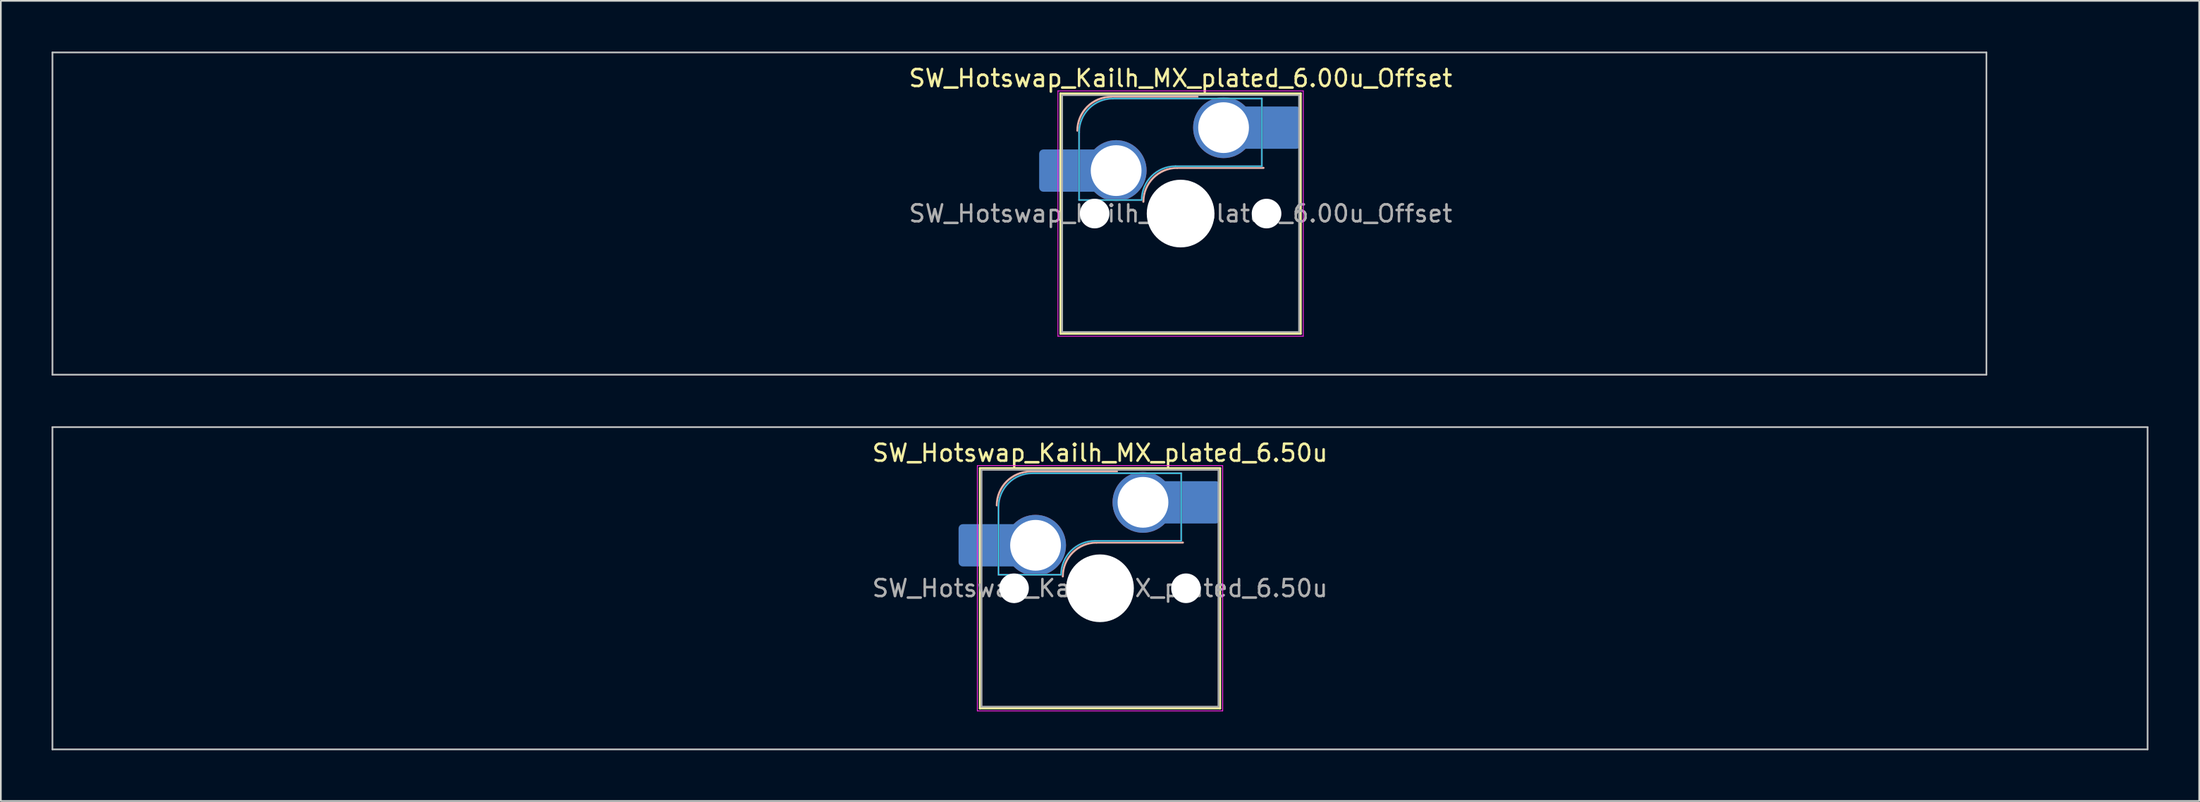
<source format=kicad_pcb>
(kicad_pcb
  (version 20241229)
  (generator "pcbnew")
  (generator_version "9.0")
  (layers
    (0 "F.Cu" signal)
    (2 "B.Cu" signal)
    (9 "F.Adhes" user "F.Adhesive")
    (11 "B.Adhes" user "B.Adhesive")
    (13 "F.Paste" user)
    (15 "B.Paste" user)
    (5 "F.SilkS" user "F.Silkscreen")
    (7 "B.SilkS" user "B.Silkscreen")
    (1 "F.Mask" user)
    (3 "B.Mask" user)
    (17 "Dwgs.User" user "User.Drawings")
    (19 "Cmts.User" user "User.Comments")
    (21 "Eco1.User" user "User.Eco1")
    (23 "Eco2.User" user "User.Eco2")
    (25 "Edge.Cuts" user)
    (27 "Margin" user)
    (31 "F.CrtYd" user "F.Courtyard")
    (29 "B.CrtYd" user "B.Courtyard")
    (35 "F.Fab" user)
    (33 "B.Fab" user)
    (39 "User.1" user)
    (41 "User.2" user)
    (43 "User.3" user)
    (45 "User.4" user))
  (footprint "SW_Hotswap_Kailh_MX_plated_6.50u"
    (layer "F.Cu")
    (at 61.962 31.725)
    (property "Reference" "SW_Hotswap_Kailh_MX_plated_6.50u" (at 0 -8 0) (layer "F.SilkS") (effects (font (size 1 1) (thickness 0.15))))
    (attr smd)
    (fp_line (start -7.1 -7.1) (end -7.1 7.1) (stroke (width 0.12) (type solid)) (layer "F.SilkS"))
    (fp_line (start -7.1 7.1) (end 7.1 7.1) (stroke (width 0.12) (type solid)) (layer "F.SilkS"))
    (fp_line (start 7.1 -7.1) (end -7.1 -7.1) (stroke (width 0.12) (type solid)) (layer "F.SilkS"))
    (fp_line (start 7.1 7.1) (end 7.1 -7.1) (stroke (width 0.12) (type solid)) (layer "F.SilkS"))
    (fp_line (start -4.1 -6.9) (end 1 -6.9) (stroke (width 0.12) (type solid)) (layer "B.SilkS"))
    (fp_line (start -0.2 -2.7) (end 4.9 -2.7) (stroke (width 0.12) (type solid)) (layer "B.SilkS"))
    (fp_arc (start -6.1 -4.9) (mid -5.514214 -6.314214) (end -4.1 -6.9) (stroke (width 0.12) (type solid)) (layer "B.SilkS"))
    (fp_arc (start -2.2 -0.7) (mid -1.614214 -2.114214) (end -0.2 -2.7) (stroke (width 0.12) (type solid)) (layer "B.SilkS"))
    (fp_line (start -61.913 -9.525) (end -61.913 9.525) (stroke (width 0.1) (type solid)) (layer "Dwgs.User"))
    (fp_line (start -61.913 9.525) (end 61.913 9.525) (stroke (width 0.1) (type solid)) (layer "Dwgs.User"))
    (fp_line (start 61.913 -9.525) (end -61.913 -9.525) (stroke (width 0.1) (type solid)) (layer "Dwgs.User"))
    (fp_line (start 61.913 9.525) (end 61.913 -9.525) (stroke (width 0.1) (type solid)) (layer "Dwgs.User"))
    (fp_line (start -7.8 -6) (end -7 -6) (stroke (width 0.1) (type solid)) (layer "Eco1.User"))
    (fp_line (start -7.8 -2.9) (end -7.8 -6) (stroke (width 0.1) (type solid)) (layer "Eco1.User"))
    (fp_line (start -7.8 2.9) (end -7 2.9) (stroke (width 0.1) (type solid)) (layer "Eco1.User"))
    (fp_line (start -7.8 6) (end -7.8 2.9) (stroke (width 0.1) (type solid)) (layer "Eco1.User"))
    (fp_line (start -7 -7) (end 7 -7) (stroke (width 0.1) (type solid)) (layer "Eco1.User"))
    (fp_line (start -7 -6) (end -7 -7) (stroke (width 0.1) (type solid)) (layer "Eco1.User"))
    (fp_line (start -7 -2.9) (end -7.8 -2.9) (stroke (width 0.1) (type solid)) (layer "Eco1.User"))
    (fp_line (start -7 2.9) (end -7 -2.9) (stroke (width 0.1) (type solid)) (layer "Eco1.User"))
    (fp_line (start -7 6) (end -7.8 6) (stroke (width 0.1) (type solid)) (layer "Eco1.User"))
    (fp_line (start -7 7) (end -7 6) (stroke (width 0.1) (type solid)) (layer "Eco1.User"))
    (fp_line (start 7 -7) (end 7 -6) (stroke (width 0.1) (type solid)) (layer "Eco1.User"))
    (fp_line (start 7 -6) (end 7.8 -6) (stroke (width 0.1) (type solid)) (layer "Eco1.User"))
    (fp_line (start 7 -2.9) (end 7 2.9) (stroke (width 0.1) (type solid)) (layer "Eco1.User"))
    (fp_line (start 7 2.9) (end 7.8 2.9) (stroke (width 0.1) (type solid)) (layer "Eco1.User"))
    (fp_line (start 7 6) (end 7 7) (stroke (width 0.1) (type solid)) (layer "Eco1.User"))
    (fp_line (start 7 7) (end -7 7) (stroke (width 0.1) (type solid)) (layer "Eco1.User"))
    (fp_line (start 7.8 -6) (end 7.8 -2.9) (stroke (width 0.1) (type solid)) (layer "Eco1.User"))
    (fp_line (start 7.8 -2.9) (end 7 -2.9) (stroke (width 0.1) (type solid)) (layer "Eco1.User"))
    (fp_line (start 7.8 2.9) (end 7.8 6) (stroke (width 0.1) (type solid)) (layer "Eco1.User"))
    (fp_line (start 7.8 6) (end 7 6) (stroke (width 0.1) (type solid)) (layer "Eco1.User"))
    (fp_line (start -6 -0.8) (end -6 -4.8) (stroke (width 0.05) (type solid)) (layer "B.CrtYd"))
    (fp_line (start -6 -0.8) (end -2.3 -0.8) (stroke (width 0.05) (type solid)) (layer "B.CrtYd"))
    (fp_line (start -4 -6.8) (end 4.8 -6.8) (stroke (width 0.05) (type solid)) (layer "B.CrtYd"))
    (fp_line (start -0.3 -2.8) (end 4.8 -2.8) (stroke (width 0.05) (type solid)) (layer "B.CrtYd"))
    (fp_line (start 4.8 -6.8) (end 4.8 -2.8) (stroke (width 0.05) (type solid)) (layer "B.CrtYd"))
    (fp_arc (start -6 -4.8) (mid -5.414214 -6.214214) (end -4 -6.8) (stroke (width 0.05) (type solid)) (layer "B.CrtYd"))
    (fp_arc (start -2.3 -0.8) (mid -1.714214 -2.214214) (end -0.3 -2.8) (stroke (width 0.05) (type solid)) (layer "B.CrtYd"))
    (fp_line (start -7.25 -7.25) (end -7.25 7.25) (stroke (width 0.05) (type solid)) (layer "F.CrtYd"))
    (fp_line (start -7.25 7.25) (end 7.25 7.25) (stroke (width 0.05) (type solid)) (layer "F.CrtYd"))
    (fp_line (start 7.25 -7.25) (end -7.25 -7.25) (stroke (width 0.05) (type solid)) (layer "F.CrtYd"))
    (fp_line (start 7.25 7.25) (end 7.25 -7.25) (stroke (width 0.05) (type solid)) (layer "F.CrtYd"))
    (fp_line (start -6 -0.8) (end -6 -4.8) (stroke (width 0.12) (type solid)) (layer "B.Fab"))
    (fp_line (start -6 -0.8) (end -2.3 -0.8) (stroke (width 0.12) (type solid)) (layer "B.Fab"))
    (fp_line (start -4 -6.8) (end 4.8 -6.8) (stroke (width 0.12) (type solid)) (layer "B.Fab"))
    (fp_line (start -0.3 -2.8) (end 4.8 -2.8) (stroke (width 0.12) (type solid)) (layer "B.Fab"))
    (fp_line (start 4.8 -6.8) (end 4.8 -2.8) (stroke (width 0.12) (type solid)) (layer "B.Fab"))
    (fp_arc (start -6 -4.8) (mid -5.414214 -6.214214) (end -4 -6.8) (stroke (width 0.12) (type solid)) (layer "B.Fab"))
    (fp_arc (start -2.3 -0.8) (mid -1.714214 -2.214214) (end -0.3 -2.8) (stroke (width 0.12) (type solid)) (layer "B.Fab"))
    (fp_line (start -7 -7) (end -7 7) (stroke (width 0.1) (type solid)) (layer "F.Fab"))
    (fp_line (start -7 7) (end 7 7) (stroke (width 0.1) (type solid)) (layer "F.Fab"))
    (fp_line (start 7 -7) (end -7 -7) (stroke (width 0.1) (type solid)) (layer "F.Fab"))
    (fp_line (start 7 7) (end 7 -7) (stroke (width 0.1) (type solid)) (layer "F.Fab"))
    (fp_text user "${REFERENCE}" (at 0 0 0) (layer "F.Fab") (effects (font (size 1 1) (thickness 0.15))))
    (pad "" smd roundrect (at -7.085 -2.54) (size 2.55 2.5) (layers "B.Mask" "B.Paste") (roundrect_rratio 0.1))
    (pad "" np_thru_hole circle (at -5.08 0) (size 1.75 1.75) (drill 1.75) (layers "*.Cu" "*.Mask"))
    (pad "" np_thru_hole circle (at 0 0) (size 4 4) (drill 4) (layers "*.Cu" "*.Mask"))
    (pad "" np_thru_hole circle (at 5.08 0) (size 1.75 1.75) (drill 1.75) (layers "*.Cu" "*.Mask"))
    (pad "" smd roundrect (at 5.842 -5.08) (size 2.55 2.5) (layers "B.Mask" "B.Paste") (roundrect_rratio 0.1))
    (pad "1" smd roundrect (at -6.585 -2.54) (size 3.55 2.5) (layers "B.Cu") (roundrect_rratio 0.1))
    (pad "1" thru_hole circle (at -3.81 -2.54) (size 3.6 3.6) (drill 3) (layers "*.Cu" "B.Mask"))
    (pad "2" thru_hole circle (at 2.54 -5.08) (size 3.6 3.6) (drill 3) (layers "*.Cu" "B.Mask"))
    (pad "2" smd roundrect (at 5.32 -5.08) (size 3.55 2.5) (layers "B.Cu") (roundrect_rratio 0.1)))
  (footprint "SW_Hotswap_Kailh_MX_plated_6.00u_Offset"
    (layer "F.Cu")
    (at 66.725 9.575)
    (property "Reference" "SW_Hotswap_Kailh_MX_plated_6.00u_Offset" (at 0 -8 0) (layer "F.SilkS") (effects (font (size 1 1) (thickness 0.15))))
    (attr smd)
    (fp_line (start -7.1 -7.1) (end -7.1 7.1) (stroke (width 0.12) (type solid)) (layer "F.SilkS"))
    (fp_line (start -7.1 7.1) (end 7.1 7.1) (stroke (width 0.12) (type solid)) (layer "F.SilkS"))
    (fp_line (start 7.1 -7.1) (end -7.1 -7.1) (stroke (width 0.12) (type solid)) (layer "F.SilkS"))
    (fp_line (start 7.1 7.1) (end 7.1 -7.1) (stroke (width 0.12) (type solid)) (layer "F.SilkS"))
    (fp_line (start -4.1 -6.9) (end 1 -6.9) (stroke (width 0.12) (type solid)) (layer "B.SilkS"))
    (fp_line (start -0.2 -2.7) (end 4.9 -2.7) (stroke (width 0.12) (type solid)) (layer "B.SilkS"))
    (fp_arc (start -6.1 -4.9) (mid -5.514214 -6.314214) (end -4.1 -6.9) (stroke (width 0.12) (type solid)) (layer "B.SilkS"))
    (fp_arc (start -2.2 -0.7) (mid -1.614214 -2.114214) (end -0.2 -2.7) (stroke (width 0.12) (type solid)) (layer "B.SilkS"))
    (fp_line (start -66.675 -9.525) (end -66.675 9.525) (stroke (width 0.1) (type solid)) (layer "Dwgs.User"))
    (fp_line (start -66.675 9.525) (end 47.625 9.525) (stroke (width 0.1) (type solid)) (layer "Dwgs.User"))
    (fp_line (start 47.625 -9.525) (end -66.675 -9.525) (stroke (width 0.1) (type solid)) (layer "Dwgs.User"))
    (fp_line (start 47.625 9.525) (end 47.625 -9.525) (stroke (width 0.1) (type solid)) (layer "Dwgs.User"))
    (fp_line (start -7.8 -6) (end -7 -6) (stroke (width 0.1) (type solid)) (layer "Eco1.User"))
    (fp_line (start -7.8 -2.9) (end -7.8 -6) (stroke (width 0.1) (type solid)) (layer "Eco1.User"))
    (fp_line (start -7.8 2.9) (end -7 2.9) (stroke (width 0.1) (type solid)) (layer "Eco1.User"))
    (fp_line (start -7.8 6) (end -7.8 2.9) (stroke (width 0.1) (type solid)) (layer "Eco1.User"))
    (fp_line (start -7 -7) (end 7 -7) (stroke (width 0.1) (type solid)) (layer "Eco1.User"))
    (fp_line (start -7 -6) (end -7 -7) (stroke (width 0.1) (type solid)) (layer "Eco1.User"))
    (fp_line (start -7 -2.9) (end -7.8 -2.9) (stroke (width 0.1) (type solid)) (layer "Eco1.User"))
    (fp_line (start -7 2.9) (end -7 -2.9) (stroke (width 0.1) (type solid)) (layer "Eco1.User"))
    (fp_line (start -7 6) (end -7.8 6) (stroke (width 0.1) (type solid)) (layer "Eco1.User"))
    (fp_line (start -7 7) (end -7 6) (stroke (width 0.1) (type solid)) (layer "Eco1.User"))
    (fp_line (start 7 -7) (end 7 -6) (stroke (width 0.1) (type solid)) (layer "Eco1.User"))
    (fp_line (start 7 -6) (end 7.8 -6) (stroke (width 0.1) (type solid)) (layer "Eco1.User"))
    (fp_line (start 7 -2.9) (end 7 2.9) (stroke (width 0.1) (type solid)) (layer "Eco1.User"))
    (fp_line (start 7 2.9) (end 7.8 2.9) (stroke (width 0.1) (type solid)) (layer "Eco1.User"))
    (fp_line (start 7 6) (end 7 7) (stroke (width 0.1) (type solid)) (layer "Eco1.User"))
    (fp_line (start 7 7) (end -7 7) (stroke (width 0.1) (type solid)) (layer "Eco1.User"))
    (fp_line (start 7.8 -6) (end 7.8 -2.9) (stroke (width 0.1) (type solid)) (layer "Eco1.User"))
    (fp_line (start 7.8 -2.9) (end 7 -2.9) (stroke (width 0.1) (type solid)) (layer "Eco1.User"))
    (fp_line (start 7.8 2.9) (end 7.8 6) (stroke (width 0.1) (type solid)) (layer "Eco1.User"))
    (fp_line (start 7.8 6) (end 7 6) (stroke (width 0.1) (type solid)) (layer "Eco1.User"))
    (fp_line (start -6 -0.8) (end -6 -4.8) (stroke (width 0.05) (type solid)) (layer "B.CrtYd"))
    (fp_line (start -6 -0.8) (end -2.3 -0.8) (stroke (width 0.05) (type solid)) (layer "B.CrtYd"))
    (fp_line (start -4 -6.8) (end 4.8 -6.8) (stroke (width 0.05) (type solid)) (layer "B.CrtYd"))
    (fp_line (start -0.3 -2.8) (end 4.8 -2.8) (stroke (width 0.05) (type solid)) (layer "B.CrtYd"))
    (fp_line (start 4.8 -6.8) (end 4.8 -2.8) (stroke (width 0.05) (type solid)) (layer "B.CrtYd"))
    (fp_arc (start -6 -4.8) (mid -5.414214 -6.214214) (end -4 -6.8) (stroke (width 0.05) (type solid)) (layer "B.CrtYd"))
    (fp_arc (start -2.3 -0.8) (mid -1.714214 -2.214214) (end -0.3 -2.8) (stroke (width 0.05) (type solid)) (layer "B.CrtYd"))
    (fp_line (start -7.25 -7.25) (end -7.25 7.25) (stroke (width 0.05) (type solid)) (layer "F.CrtYd"))
    (fp_line (start -7.25 7.25) (end 7.25 7.25) (stroke (width 0.05) (type solid)) (layer "F.CrtYd"))
    (fp_line (start 7.25 -7.25) (end -7.25 -7.25) (stroke (width 0.05) (type solid)) (layer "F.CrtYd"))
    (fp_line (start 7.25 7.25) (end 7.25 -7.25) (stroke (width 0.05) (type solid)) (layer "F.CrtYd"))
    (fp_line (start -6 -0.8) (end -6 -4.8) (stroke (width 0.12) (type solid)) (layer "B.Fab"))
    (fp_line (start -6 -0.8) (end -2.3 -0.8) (stroke (width 0.12) (type solid)) (layer "B.Fab"))
    (fp_line (start -4 -6.8) (end 4.8 -6.8) (stroke (width 0.12) (type solid)) (layer "B.Fab"))
    (fp_line (start -0.3 -2.8) (end 4.8 -2.8) (stroke (width 0.12) (type solid)) (layer "B.Fab"))
    (fp_line (start 4.8 -6.8) (end 4.8 -2.8) (stroke (width 0.12) (type solid)) (layer "B.Fab"))
    (fp_arc (start -6 -4.8) (mid -5.414214 -6.214214) (end -4 -6.8) (stroke (width 0.12) (type solid)) (layer "B.Fab"))
    (fp_arc (start -2.3 -0.8) (mid -1.714214 -2.214214) (end -0.3 -2.8) (stroke (width 0.12) (type solid)) (layer "B.Fab"))
    (fp_line (start -7 -7) (end -7 7) (stroke (width 0.1) (type solid)) (layer "F.Fab"))
    (fp_line (start -7 7) (end 7 7) (stroke (width 0.1) (type solid)) (layer "F.Fab"))
    (fp_line (start 7 -7) (end -7 -7) (stroke (width 0.1) (type solid)) (layer "F.Fab"))
    (fp_line (start 7 7) (end 7 -7) (stroke (width 0.1) (type solid)) (layer "F.Fab"))
    (fp_text user "${REFERENCE}" (at 0 0 0) (layer "F.Fab") (effects (font (size 1 1) (thickness 0.15))))
    (pad "" smd roundrect (at -7.085 -2.54) (size 2.55 2.5) (layers "B.Mask" "B.Paste") (roundrect_rratio 0.1))
    (pad "" np_thru_hole circle (at -5.08 0) (size 1.75 1.75) (drill 1.75) (layers "*.Cu" "*.Mask"))
    (pad "" np_thru_hole circle (at 0 0) (size 4 4) (drill 4) (layers "*.Cu" "*.Mask"))
    (pad "" np_thru_hole circle (at 5.08 0) (size 1.75 1.75) (drill 1.75) (layers "*.Cu" "*.Mask"))
    (pad "" smd roundrect (at 5.842 -5.08) (size 2.55 2.5) (layers "B.Mask" "B.Paste") (roundrect_rratio 0.1))
    (pad "1" smd roundrect (at -6.585 -2.54) (size 3.55 2.5) (layers "B.Cu") (roundrect_rratio 0.1))
    (pad "1" thru_hole circle (at -3.81 -2.54) (size 3.6 3.6) (drill 3) (layers "*.Cu" "B.Mask"))
    (pad "2" thru_hole circle (at 2.54 -5.08) (size 3.6 3.6) (drill 3) (layers "*.Cu" "B.Mask"))
    (pad "2" smd roundrect (at 5.32 -5.08) (size 3.55 2.5) (layers "B.Cu") (roundrect_rratio 0.1)))
  (gr_rect
    (start -3 -3)
    (end 126.925 44.3)
    (stroke (width 0.1) (type default))
    (fill no)
    (layer "Edge.Cuts")))
</source>
